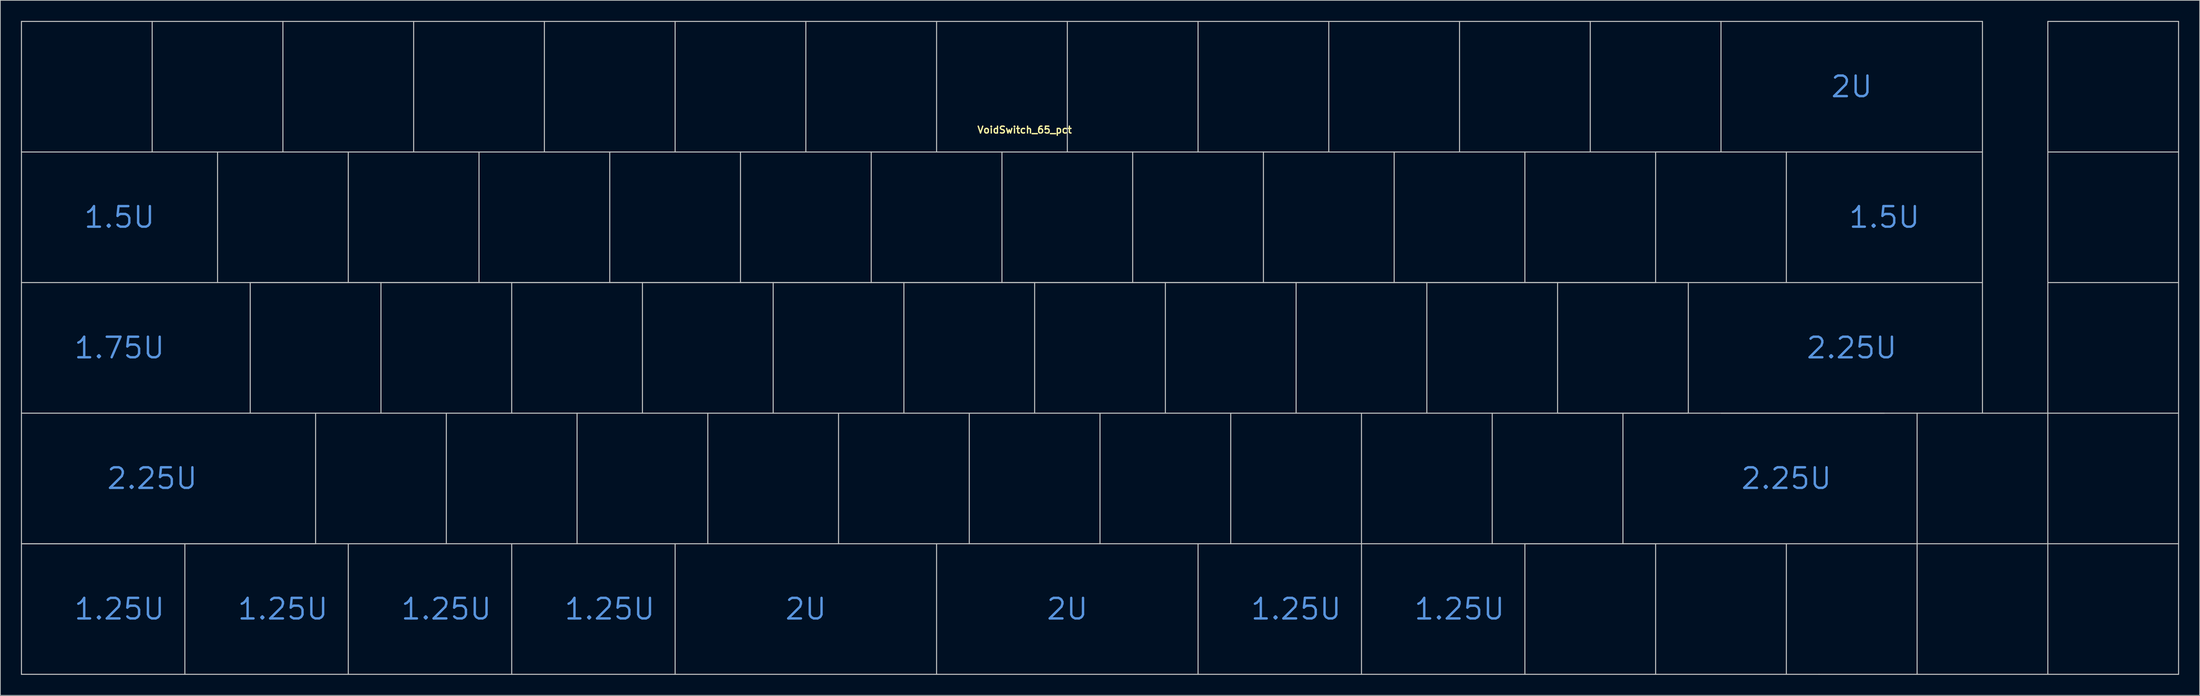
<source format=kicad_pcb>
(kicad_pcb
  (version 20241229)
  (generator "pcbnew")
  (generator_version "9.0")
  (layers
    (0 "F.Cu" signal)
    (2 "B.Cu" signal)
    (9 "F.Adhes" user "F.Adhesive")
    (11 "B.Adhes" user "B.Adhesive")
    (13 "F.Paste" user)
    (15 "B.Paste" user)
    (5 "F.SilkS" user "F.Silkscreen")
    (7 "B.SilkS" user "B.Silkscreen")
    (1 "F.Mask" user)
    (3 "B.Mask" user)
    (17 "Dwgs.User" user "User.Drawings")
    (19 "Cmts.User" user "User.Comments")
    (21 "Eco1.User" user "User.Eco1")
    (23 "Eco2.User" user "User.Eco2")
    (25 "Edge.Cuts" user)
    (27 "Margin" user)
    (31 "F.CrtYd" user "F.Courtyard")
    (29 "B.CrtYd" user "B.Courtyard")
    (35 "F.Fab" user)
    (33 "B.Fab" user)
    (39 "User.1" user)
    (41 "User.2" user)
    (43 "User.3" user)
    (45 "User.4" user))
  (footprint "VoidSwitch_65_pct"
    (layer "F.Cu")
    (at 142.95 9.6)
    (property "Reference" "VoidSwitch_65_pct" (at 3.3 6.3 0) (layer "F.SilkS") (effects (font (size 1 1) (thickness 0.2))))
    (attr smd exclude_from_bom)
    (fp_line (start -142.875 -9.525) (end -142.875 9.525) (stroke (width 0.15) (type solid)) (layer "Dwgs.User"))
    (fp_line (start -142.875 -9.525) (end -123.825 -9.525) (stroke (width 0.15) (type solid)) (layer "Dwgs.User"))
    (fp_line (start -142.875 28.575) (end -142.875 47.625) (stroke (width 0.15) (type solid)) (layer "Dwgs.User"))
    (fp_line (start -142.875 47.625) (end -142.875 66.675) (stroke (width 0.15) (type solid)) (layer "Dwgs.User"))
    (fp_line (start -142.874 66.676) (end -119.062 66.676) (stroke (width 0.15) (type solid)) (layer "Dwgs.User"))
    (fp_line (start -142.874 85.726) (end -142.874 66.676) (stroke (width 0.15) (type solid)) (layer "Dwgs.User"))
    (fp_line (start -142.873 28.575) (end -142.873 9.525) (stroke (width 0.15) (type solid)) (layer "Dwgs.User"))
    (fp_line (start -123.825 -9.525) (end -104.775 -9.525) (stroke (width 0.15) (type solid)) (layer "Dwgs.User"))
    (fp_line (start -123.825 9.525) (end -142.875 9.525) (stroke (width 0.15) (type solid)) (layer "Dwgs.User"))
    (fp_line (start -123.825 9.525) (end -123.825 -9.525) (stroke (width 0.15) (type solid)) (layer "Dwgs.User"))
    (fp_line (start -119.062 66.676) (end -119.062 85.726) (stroke (width 0.15) (type solid)) (layer "Dwgs.User"))
    (fp_line (start -119.062 85.725) (end -142.874 85.726) (stroke (width 0.15) (type solid)) (layer "Dwgs.User"))
    (fp_line (start -119.061 66.676) (end -95.25 66.676) (stroke (width 0.15) (type solid)) (layer "Dwgs.User"))
    (fp_line (start -114.3 28.575) (end -142.873 28.575) (stroke (width 0.15) (type solid)) (layer "Dwgs.User"))
    (fp_line (start -114.3 28.575) (end -114.3 9.525) (stroke (width 0.15) (type solid)) (layer "Dwgs.User"))
    (fp_line (start -109.537 28.575) (end -90.487 28.575) (stroke (width 0.15) (type solid)) (layer "Dwgs.User"))
    (fp_line (start -109.537 47.625) (end -109.537 28.575) (stroke (width 0.15) (type solid)) (layer "Dwgs.User"))
    (fp_line (start -104.775 -9.525) (end -104.775 9.525) (stroke (width 0.15) (type solid)) (layer "Dwgs.User"))
    (fp_line (start -104.775 -9.525) (end -85.725 -9.525) (stroke (width 0.15) (type solid)) (layer "Dwgs.User"))
    (fp_line (start -104.775 9.525) (end -123.825 9.525) (stroke (width 0.15) (type solid)) (layer "Dwgs.User"))
    (fp_line (start -100.013 47.625) (end -142.875 47.625) (stroke (width 0.15) (type solid)) (layer "Dwgs.User"))
    (fp_line (start -100.013 47.625) (end -80.963 47.625) (stroke (width 0.15) (type solid)) (layer "Dwgs.User"))
    (fp_line (start -100.013 66.675) (end -142.875 66.675) (stroke (width 0.15) (type solid)) (layer "Dwgs.User"))
    (fp_line (start -100.013 66.675) (end -100.013 47.625) (stroke (width 0.15) (type solid)) (layer "Dwgs.User"))
    (fp_line (start -95.25 9.525) (end -95.25 28.575) (stroke (width 0.15) (type solid)) (layer "Dwgs.User"))
    (fp_line (start -95.25 28.575) (end -114.3 28.575) (stroke (width 0.15) (type solid)) (layer "Dwgs.User"))
    (fp_line (start -95.25 66.676) (end -95.25 85.726) (stroke (width 0.15) (type solid)) (layer "Dwgs.User"))
    (fp_line (start -95.25 85.725) (end -119.061 85.726) (stroke (width 0.15) (type solid)) (layer "Dwgs.User"))
    (fp_line (start -95.249 66.676) (end -71.438 66.676) (stroke (width 0.15) (type solid)) (layer "Dwgs.User"))
    (fp_line (start -90.487 28.575) (end -90.487 47.625) (stroke (width 0.15) (type solid)) (layer "Dwgs.User"))
    (fp_line (start -90.487 28.575) (end -71.438 28.575) (stroke (width 0.15) (type solid)) (layer "Dwgs.User"))
    (fp_line (start -85.725 -9.525) (end -85.725 9.525) (stroke (width 0.15) (type solid)) (layer "Dwgs.User"))
    (fp_line (start -85.725 -9.525) (end -66.675 -9.525) (stroke (width 0.15) (type solid)) (layer "Dwgs.User"))
    (fp_line (start -85.725 9.525) (end -104.775 9.525) (stroke (width 0.15) (type solid)) (layer "Dwgs.User"))
    (fp_line (start -80.963 47.625) (end -80.963 66.675) (stroke (width 0.15) (type solid)) (layer "Dwgs.User"))
    (fp_line (start -80.963 47.625) (end -61.913 47.625) (stroke (width 0.15) (type solid)) (layer "Dwgs.User"))
    (fp_line (start -76.2 9.525) (end -76.2 28.575) (stroke (width 0.15) (type solid)) (layer "Dwgs.User"))
    (fp_line (start -76.2 28.575) (end -95.25 28.575) (stroke (width 0.15) (type solid)) (layer "Dwgs.User"))
    (fp_line (start -71.438 28.575) (end -71.438 47.625) (stroke (width 0.15) (type solid)) (layer "Dwgs.User"))
    (fp_line (start -71.438 28.575) (end -52.388 28.575) (stroke (width 0.15) (type solid)) (layer "Dwgs.User"))
    (fp_line (start -71.438 85.725) (end -95.249 85.726) (stroke (width 0.15) (type solid)) (layer "Dwgs.User"))
    (fp_line (start -71.436 66.676) (end -47.625 66.676) (stroke (width 0.15) (type solid)) (layer "Dwgs.User"))
    (fp_line (start -71.436 85.726) (end -71.436 66.676) (stroke (width 0.15) (type solid)) (layer "Dwgs.User"))
    (fp_line (start -66.675 -9.525) (end -47.625 -9.525) (stroke (width 0.15) (type solid)) (layer "Dwgs.User"))
    (fp_line (start -66.675 9.525) (end -85.725 9.525) (stroke (width 0.15) (type solid)) (layer "Dwgs.User"))
    (fp_line (start -66.675 9.525) (end -66.675 -9.525) (stroke (width 0.15) (type solid)) (layer "Dwgs.User"))
    (fp_line (start -61.913 47.625) (end -61.913 66.675) (stroke (width 0.15) (type solid)) (layer "Dwgs.User"))
    (fp_line (start -61.913 47.625) (end -42.862 47.625) (stroke (width 0.15) (type solid)) (layer "Dwgs.User"))
    (fp_line (start -57.15 28.575) (end -76.2 28.575) (stroke (width 0.15) (type solid)) (layer "Dwgs.User"))
    (fp_line (start -57.15 28.575) (end -57.15 9.525) (stroke (width 0.15) (type solid)) (layer "Dwgs.User"))
    (fp_line (start -52.388 28.575) (end -33.337 28.575) (stroke (width 0.15) (type solid)) (layer "Dwgs.User"))
    (fp_line (start -52.388 47.625) (end -52.388 28.575) (stroke (width 0.15) (type solid)) (layer "Dwgs.User"))
    (fp_line (start -47.625 -9.525) (end -28.575 -9.525) (stroke (width 0.15) (type solid)) (layer "Dwgs.User"))
    (fp_line (start -47.625 9.525) (end -66.675 9.525) (stroke (width 0.15) (type solid)) (layer "Dwgs.User"))
    (fp_line (start -47.625 9.525) (end -47.625 -9.525) (stroke (width 0.15) (type solid)) (layer "Dwgs.User"))
    (fp_line (start -47.625 85.725) (end -71.436 85.726) (stroke (width 0.15) (type solid)) (layer "Dwgs.User"))
    (fp_line (start -47.624 66.675) (end -9.526 66.675) (stroke (width 0.15) (type solid)) (layer "Dwgs.User"))
    (fp_line (start -47.624 85.725) (end -47.624 66.675) (stroke (width 0.15) (type solid)) (layer "Dwgs.User"))
    (fp_line (start -42.862 47.625) (end -23.812 47.625) (stroke (width 0.15) (type solid)) (layer "Dwgs.User"))
    (fp_line (start -42.862 66.675) (end -42.862 47.625) (stroke (width 0.15) (type solid)) (layer "Dwgs.User"))
    (fp_line (start -38.1 28.575) (end -57.15 28.575) (stroke (width 0.15) (type solid)) (layer "Dwgs.User"))
    (fp_line (start -38.1 28.575) (end -38.1 9.525) (stroke (width 0.15) (type solid)) (layer "Dwgs.User"))
    (fp_line (start -33.337 28.575) (end -14.287 28.575) (stroke (width 0.15) (type solid)) (layer "Dwgs.User"))
    (fp_line (start -33.337 47.625) (end -33.337 28.575) (stroke (width 0.15) (type solid)) (layer "Dwgs.User"))
    (fp_line (start -28.575 -9.525) (end -9.525 -9.525) (stroke (width 0.15) (type solid)) (layer "Dwgs.User"))
    (fp_line (start -28.575 9.525) (end -47.625 9.525) (stroke (width 0.15) (type solid)) (layer "Dwgs.User"))
    (fp_line (start -28.575 9.525) (end -28.575 -9.525) (stroke (width 0.15) (type solid)) (layer "Dwgs.User"))
    (fp_line (start -23.812 47.625) (end -4.763 47.625) (stroke (width 0.15) (type solid)) (layer "Dwgs.User"))
    (fp_line (start -23.812 66.675) (end -23.812 47.625) (stroke (width 0.15) (type solid)) (layer "Dwgs.User"))
    (fp_line (start -19.05 28.575) (end -38.1 28.575) (stroke (width 0.15) (type solid)) (layer "Dwgs.User"))
    (fp_line (start -19.05 28.575) (end -19.05 9.525) (stroke (width 0.15) (type solid)) (layer "Dwgs.User"))
    (fp_line (start -14.287 28.575) (end 4.763 28.575) (stroke (width 0.15) (type solid)) (layer "Dwgs.User"))
    (fp_line (start -14.287 47.625) (end -14.287 28.575) (stroke (width 0.15) (type solid)) (layer "Dwgs.User"))
    (fp_line (start -9.526 66.675) (end -9.526 85.725) (stroke (width 0.15) (type solid)) (layer "Dwgs.User"))
    (fp_line (start -9.526 85.725) (end -47.624 85.725) (stroke (width 0.15) (type solid)) (layer "Dwgs.User"))
    (fp_line (start -9.525 -9.525) (end 9.525 -9.525) (stroke (width 0.15) (type solid)) (layer "Dwgs.User"))
    (fp_line (start -9.525 9.525) (end -28.575 9.525) (stroke (width 0.15) (type solid)) (layer "Dwgs.User"))
    (fp_line (start -9.525 9.525) (end -9.525 -9.525) (stroke (width 0.15) (type solid)) (layer "Dwgs.User"))
    (fp_line (start -4.763 47.625) (end 14.287 47.625) (stroke (width 0.15) (type solid)) (layer "Dwgs.User"))
    (fp_line (start -4.763 66.675) (end -4.763 47.625) (stroke (width 0.15) (type solid)) (layer "Dwgs.User"))
    (fp_line (start 0 28.575) (end -19.05 28.575) (stroke (width 0.15) (type solid)) (layer "Dwgs.User"))
    (fp_line (start 0 28.575) (end 0 9.525) (stroke (width 0.15) (type solid)) (layer "Dwgs.User"))
    (fp_line (start 4.763 28.575) (end 23.812 28.575) (stroke (width 0.15) (type solid)) (layer "Dwgs.User"))
    (fp_line (start 4.763 47.625) (end 4.763 28.575) (stroke (width 0.15) (type solid)) (layer "Dwgs.User"))
    (fp_line (start 9.525 -9.525) (end 9.525 9.525) (stroke (width 0.15) (type solid)) (layer "Dwgs.User"))
    (fp_line (start 9.525 -9.525) (end 28.575 -9.525) (stroke (width 0.15) (type solid)) (layer "Dwgs.User"))
    (fp_line (start 9.525 9.525) (end -9.525 9.525) (stroke (width 0.15) (type solid)) (layer "Dwgs.User"))
    (fp_line (start 14.287 47.625) (end 33.337 47.625) (stroke (width 0.15) (type solid)) (layer "Dwgs.User"))
    (fp_line (start 14.287 66.675) (end 14.287 47.625) (stroke (width 0.15) (type solid)) (layer "Dwgs.User"))
    (fp_line (start 19.05 9.525) (end 19.05 28.575) (stroke (width 0.15) (type solid)) (layer "Dwgs.User"))
    (fp_line (start 19.05 28.575) (end 0 28.575) (stroke (width 0.15) (type solid)) (layer "Dwgs.User"))
    (fp_line (start 23.812 28.575) (end 23.812 47.625) (stroke (width 0.15) (type solid)) (layer "Dwgs.User"))
    (fp_line (start 23.812 28.575) (end 42.862 28.575) (stroke (width 0.15) (type solid)) (layer "Dwgs.User"))
    (fp_line (start 28.575 -9.525) (end 28.575 9.525) (stroke (width 0.15) (type solid)) (layer "Dwgs.User"))
    (fp_line (start 28.575 -9.525) (end 47.625 -9.525) (stroke (width 0.15) (type solid)) (layer "Dwgs.User"))
    (fp_line (start 28.575 9.525) (end 9.525 9.525) (stroke (width 0.15) (type solid)) (layer "Dwgs.User"))
    (fp_line (start 28.575 66.675) (end -9.523 66.675) (stroke (width 0.15) (type solid)) (layer "Dwgs.User"))
    (fp_line (start 28.575 85.725) (end -9.523 85.725) (stroke (width 0.15) (type solid)) (layer "Dwgs.User"))
    (fp_line (start 28.576 66.675) (end 52.388 66.675) (stroke (width 0.15) (type solid)) (layer "Dwgs.User"))
    (fp_line (start 28.576 85.725) (end 28.576 66.675) (stroke (width 0.15) (type solid)) (layer "Dwgs.User"))
    (fp_line (start 33.337 47.625) (end 33.337 66.675) (stroke (width 0.15) (type solid)) (layer "Dwgs.User"))
    (fp_line (start 33.337 47.625) (end 52.388 47.625) (stroke (width 0.15) (type solid)) (layer "Dwgs.User"))
    (fp_line (start 38.1 9.525) (end 38.1 28.575) (stroke (width 0.15) (type solid)) (layer "Dwgs.User"))
    (fp_line (start 38.1 28.575) (end 19.05 28.575) (stroke (width 0.15) (type solid)) (layer "Dwgs.User"))
    (fp_line (start 42.862 28.575) (end 42.862 47.625) (stroke (width 0.15) (type solid)) (layer "Dwgs.User"))
    (fp_line (start 42.862 28.575) (end 61.913 28.575) (stroke (width 0.15) (type solid)) (layer "Dwgs.User"))
    (fp_line (start 47.625 -9.525) (end 47.625 9.525) (stroke (width 0.15) (type solid)) (layer "Dwgs.User"))
    (fp_line (start 47.625 -9.525) (end 66.675 -9.525) (stroke (width 0.15) (type solid)) (layer "Dwgs.User"))
    (fp_line (start 47.625 9.525) (end 28.575 9.525) (stroke (width 0.15) (type solid)) (layer "Dwgs.User"))
    (fp_line (start 52.388 47.625) (end 52.388 66.675) (stroke (width 0.15) (type solid)) (layer "Dwgs.User"))
    (fp_line (start 52.388 47.625) (end 71.438 47.625) (stroke (width 0.15) (type solid)) (layer "Dwgs.User"))
    (fp_line (start 52.388 85.724) (end 28.576 85.725) (stroke (width 0.15) (type solid)) (layer "Dwgs.User"))
    (fp_line (start 52.389 85.725) (end 52.389 66.675) (stroke (width 0.15) (type solid)) (layer "Dwgs.User"))
    (fp_line (start 57.15 9.525) (end 57.15 28.575) (stroke (width 0.15) (type solid)) (layer "Dwgs.User"))
    (fp_line (start 57.15 28.575) (end 38.1 28.575) (stroke (width 0.15) (type solid)) (layer "Dwgs.User"))
    (fp_line (start 61.913 28.575) (end 61.913 47.625) (stroke (width 0.15) (type solid)) (layer "Dwgs.User"))
    (fp_line (start 61.913 28.575) (end 80.963 28.575) (stroke (width 0.15) (type solid)) (layer "Dwgs.User"))
    (fp_line (start 66.675 -9.525) (end 66.675 9.525) (stroke (width 0.15) (type solid)) (layer "Dwgs.User"))
    (fp_line (start 66.675 -9.525) (end 85.725 -9.525) (stroke (width 0.15) (type solid)) (layer "Dwgs.User"))
    (fp_line (start 66.675 9.525) (end 47.625 9.525) (stroke (width 0.15) (type solid)) (layer "Dwgs.User"))
    (fp_line (start 71.438 47.625) (end 71.438 66.675) (stroke (width 0.15) (type solid)) (layer "Dwgs.User"))
    (fp_line (start 71.438 47.625) (end 90.487 47.625) (stroke (width 0.15) (type solid)) (layer "Dwgs.User"))
    (fp_line (start 71.438 66.675) (end 52.388 66.675) (stroke (width 0.15) (type solid)) (layer "Dwgs.User"))
    (fp_line (start 76.2 9.525) (end 76.2 28.575) (stroke (width 0.15) (type solid)) (layer "Dwgs.User"))
    (fp_line (start 76.2 28.575) (end 57.15 28.575) (stroke (width 0.15) (type solid)) (layer "Dwgs.User"))
    (fp_line (start 76.2 66.675) (end 95.25 66.675) (stroke (width 0.15) (type solid)) (layer "Dwgs.User"))
    (fp_line (start 76.2 85.724) (end 52.389 85.725) (stroke (width 0.15) (type solid)) (layer "Dwgs.User"))
    (fp_line (start 76.2 85.725) (end 76.2 66.675) (stroke (width 0.15) (type solid)) (layer "Dwgs.User"))
    (fp_line (start 80.963 28.575) (end 80.963 47.625) (stroke (width 0.15) (type solid)) (layer "Dwgs.User"))
    (fp_line (start 80.963 28.575) (end 100.013 28.575) (stroke (width 0.15) (type solid)) (layer "Dwgs.User"))
    (fp_line (start 85.725 -9.525) (end 104.775 -9.525) (stroke (width 0.15) (type solid)) (layer "Dwgs.User"))
    (fp_line (start 85.725 9.525) (end 66.675 9.525) (stroke (width 0.15) (type solid)) (layer "Dwgs.User"))
    (fp_line (start 85.725 9.525) (end 85.725 -9.525) (stroke (width 0.15) (type solid)) (layer "Dwgs.User"))
    (fp_line (start 90.487 47.625) (end 90.487 66.675) (stroke (width 0.15) (type solid)) (layer "Dwgs.User"))
    (fp_line (start 90.487 47.625) (end 109.537 47.625) (stroke (width 0.15) (type solid)) (layer "Dwgs.User"))
    (fp_line (start 90.487 66.675) (end 71.438 66.675) (stroke (width 0.15) (type solid)) (layer "Dwgs.User"))
    (fp_line (start 95.25 9.525) (end 114.3 9.525) (stroke (width 0.15) (type solid)) (layer "Dwgs.User"))
    (fp_line (start 95.25 28.575) (end 76.2 28.575) (stroke (width 0.15) (type solid)) (layer "Dwgs.User"))
    (fp_line (start 95.25 28.575) (end 95.25 9.525) (stroke (width 0.15) (type solid)) (layer "Dwgs.User"))
    (fp_line (start 95.25 66.675) (end 95.25 85.725) (stroke (width 0.15) (type solid)) (layer "Dwgs.User"))
    (fp_line (start 95.25 85.725) (end 76.2 85.725) (stroke (width 0.15) (type solid)) (layer "Dwgs.User"))
    (fp_line (start 100.013 28.575) (end 142.875 28.575) (stroke (width 0.15) (type solid)) (layer "Dwgs.User"))
    (fp_line (start 100.013 47.625) (end 80.963 47.625) (stroke (width 0.15) (type solid)) (layer "Dwgs.User"))
    (fp_line (start 100.013 47.625) (end 100.013 28.575) (stroke (width 0.15) (type solid)) (layer "Dwgs.User"))
    (fp_line (start 104.775 -9.525) (end 104.775 9.525) (stroke (width 0.15) (type solid)) (layer "Dwgs.User"))
    (fp_line (start 104.775 9.525) (end 85.725 9.525) (stroke (width 0.15) (type solid)) (layer "Dwgs.User"))
    (fp_line (start 104.777 -9.525) (end 142.875 -9.525) (stroke (width 0.15) (type solid)) (layer "Dwgs.User"))
    (fp_line (start 109.537 47.625) (end 128.588 47.625) (stroke (width 0.15) (type solid)) (layer "Dwgs.User"))
    (fp_line (start 114.3 9.525) (end 114.3 28.575) (stroke (width 0.15) (type solid)) (layer "Dwgs.User"))
    (fp_line (start 114.3 66.675) (end 114.3 85.725) (stroke (width 0.15) (type solid)) (layer "Dwgs.User"))
    (fp_line (start 114.302 9.525) (end 142.875 9.525) (stroke (width 0.15) (type solid)) (layer "Dwgs.User"))
    (fp_line (start 119.062 85.724) (end 95.251 85.725) (stroke (width 0.15) (type solid)) (layer "Dwgs.User"))
    (fp_line (start 133.35 47.625) (end 104.777 47.625) (stroke (width 0.15) (type solid)) (layer "Dwgs.User"))
    (fp_line (start 133.35 47.625) (end 133.35 66.675) (stroke (width 0.15) (type solid)) (layer "Dwgs.User"))
    (fp_line (start 133.35 66.675) (end 133.35 85.725) (stroke (width 0.15) (type solid)) (layer "Dwgs.User"))
    (fp_line (start 142.875 -9.525) (end 142.875 9.525) (stroke (width 0.15) (type solid)) (layer "Dwgs.User"))
    (fp_line (start 142.875 9.525) (end 142.875 28.575) (stroke (width 0.15) (type solid)) (layer "Dwgs.User"))
    (fp_line (start 142.875 28.575) (end 142.875 47.625) (stroke (width 0.15) (type solid)) (layer "Dwgs.User"))
    (fp_line (start 152.4 -9.525) (end 152.4 9.525) (stroke (width 0.15) (type solid)) (layer "Dwgs.User"))
    (fp_line (start 152.4 9.525) (end 152.4 28.575) (stroke (width 0.15) (type solid)) (layer "Dwgs.User"))
    (fp_line (start 152.4 28.575) (end 152.4 47.625) (stroke (width 0.15) (type solid)) (layer "Dwgs.User"))
    (fp_line (start 152.4 47.625) (end 133.35 47.625) (stroke (width 0.15) (type solid)) (layer "Dwgs.User"))
    (fp_line (start 152.4 47.625) (end 152.4 66.675) (stroke (width 0.15) (type solid)) (layer "Dwgs.User"))
    (fp_line (start 152.4 66.675) (end 152.4 85.725) (stroke (width 0.15) (type solid)) (layer "Dwgs.User"))
    (fp_line (start 171.45 -9.525) (end 152.4 -9.525) (stroke (width 0.15) (type solid)) (layer "Dwgs.User"))
    (fp_line (start 171.45 -9.525) (end 171.45 9.525) (stroke (width 0.15) (type solid)) (layer "Dwgs.User"))
    (fp_line (start 171.45 9.525) (end 152.4 9.525) (stroke (width 0.15) (type solid)) (layer "Dwgs.User"))
    (fp_line (start 171.45 9.525) (end 171.45 28.575) (stroke (width 0.15) (type solid)) (layer "Dwgs.User"))
    (fp_line (start 171.45 28.575) (end 152.4 28.575) (stroke (width 0.15) (type solid)) (layer "Dwgs.User"))
    (fp_line (start 171.45 28.575) (end 171.45 47.625) (stroke (width 0.15) (type solid)) (layer "Dwgs.User"))
    (fp_line (start 171.45 47.625) (end 152.4 47.625) (stroke (width 0.15) (type solid)) (layer "Dwgs.User"))
    (fp_line (start 171.45 47.625) (end 171.45 66.675) (stroke (width 0.15) (type solid)) (layer "Dwgs.User"))
    (fp_line (start 171.45 66.675) (end 90.487 66.675) (stroke (width 0.15) (type solid)) (layer "Dwgs.User"))
    (fp_line (start 171.45 66.675) (end 171.45 85.725) (stroke (width 0.15) (type solid)) (layer "Dwgs.User"))
    (fp_line (start 171.45 85.725) (end 119.064 85.725) (stroke (width 0.15) (type solid)) (layer "Dwgs.User"))
    (fp_text user "1.25U" (at -57.15 76.2 0) (unlocked yes) (layer "Cmts.User") (effects (font (size 3 3) (thickness 0.35))))
    (fp_text user "1.75U" (at -128.588 38.1 0) (unlocked yes) (layer "Cmts.User") (effects (font (size 3 3) (thickness 0.35))))
    (fp_text user "1.25U" (at -80.963 76.2 0) (unlocked yes) (layer "Cmts.User") (effects (font (size 3 3) (thickness 0.35))))
    (fp_text user "2.25U" (at 123.825 38.1 0) (unlocked yes) (layer "Cmts.User") (effects (font (size 3 3) (thickness 0.35))))
    (fp_text user "1.5U" (at 128.588 19.05 0) (unlocked yes) (layer "Cmts.User") (effects (font (size 3 3) (thickness 0.35))))
    (fp_text user "1.25U" (at 42.862 76.2 0) (unlocked yes) (layer "Cmts.User") (effects (font (size 3 3) (thickness 0.35))))
    (fp_text user "1.5U" (at -128.588 19.05 0) (unlocked yes) (layer "Cmts.User") (effects (font (size 3 3) (thickness 0.35))))
    (fp_text user "2U" (at -28.575 76.2 0) (unlocked yes) (layer "Cmts.User") (effects (font (size 3 3) (thickness 0.35))))
    (fp_text user "1.25U" (at 66.675 76.2 0) (unlocked yes) (layer "Cmts.User") (effects (font (size 3 3) (thickness 0.35))))
    (fp_text user "2U" (at 123.825 0 0) (unlocked yes) (layer "Cmts.User") (effects (font (size 3 3) (thickness 0.35))))
    (fp_text user "1.25U" (at -128.588 76.2 0) (unlocked yes) (layer "Cmts.User") (effects (font (size 3 3) (thickness 0.35))))
    (fp_text user "2.25U" (at 114.3 57.15 0) (unlocked yes) (layer "Cmts.User") (effects (font (size 3 3) (thickness 0.35))))
    (fp_text user "1.25U" (at -104.775 76.2 0) (unlocked yes) (layer "Cmts.User") (effects (font (size 3 3) (thickness 0.35))))
    (fp_text user "2.25U" (at -123.825 57.15 0) (unlocked yes) (layer "Cmts.User") (effects (font (size 3 3) (thickness 0.35))))
    (fp_text user "2U" (at 9.525 76.2 0) (unlocked yes) (layer "Cmts.User") (effects (font (size 3 3) (thickness 0.35)))))
  (gr_rect
    (start -3 -3)
    (end 317.475 98.401)
    (stroke (width 0.1) (type default))
    (fill no)
    (layer "Edge.Cuts")))
</source>
